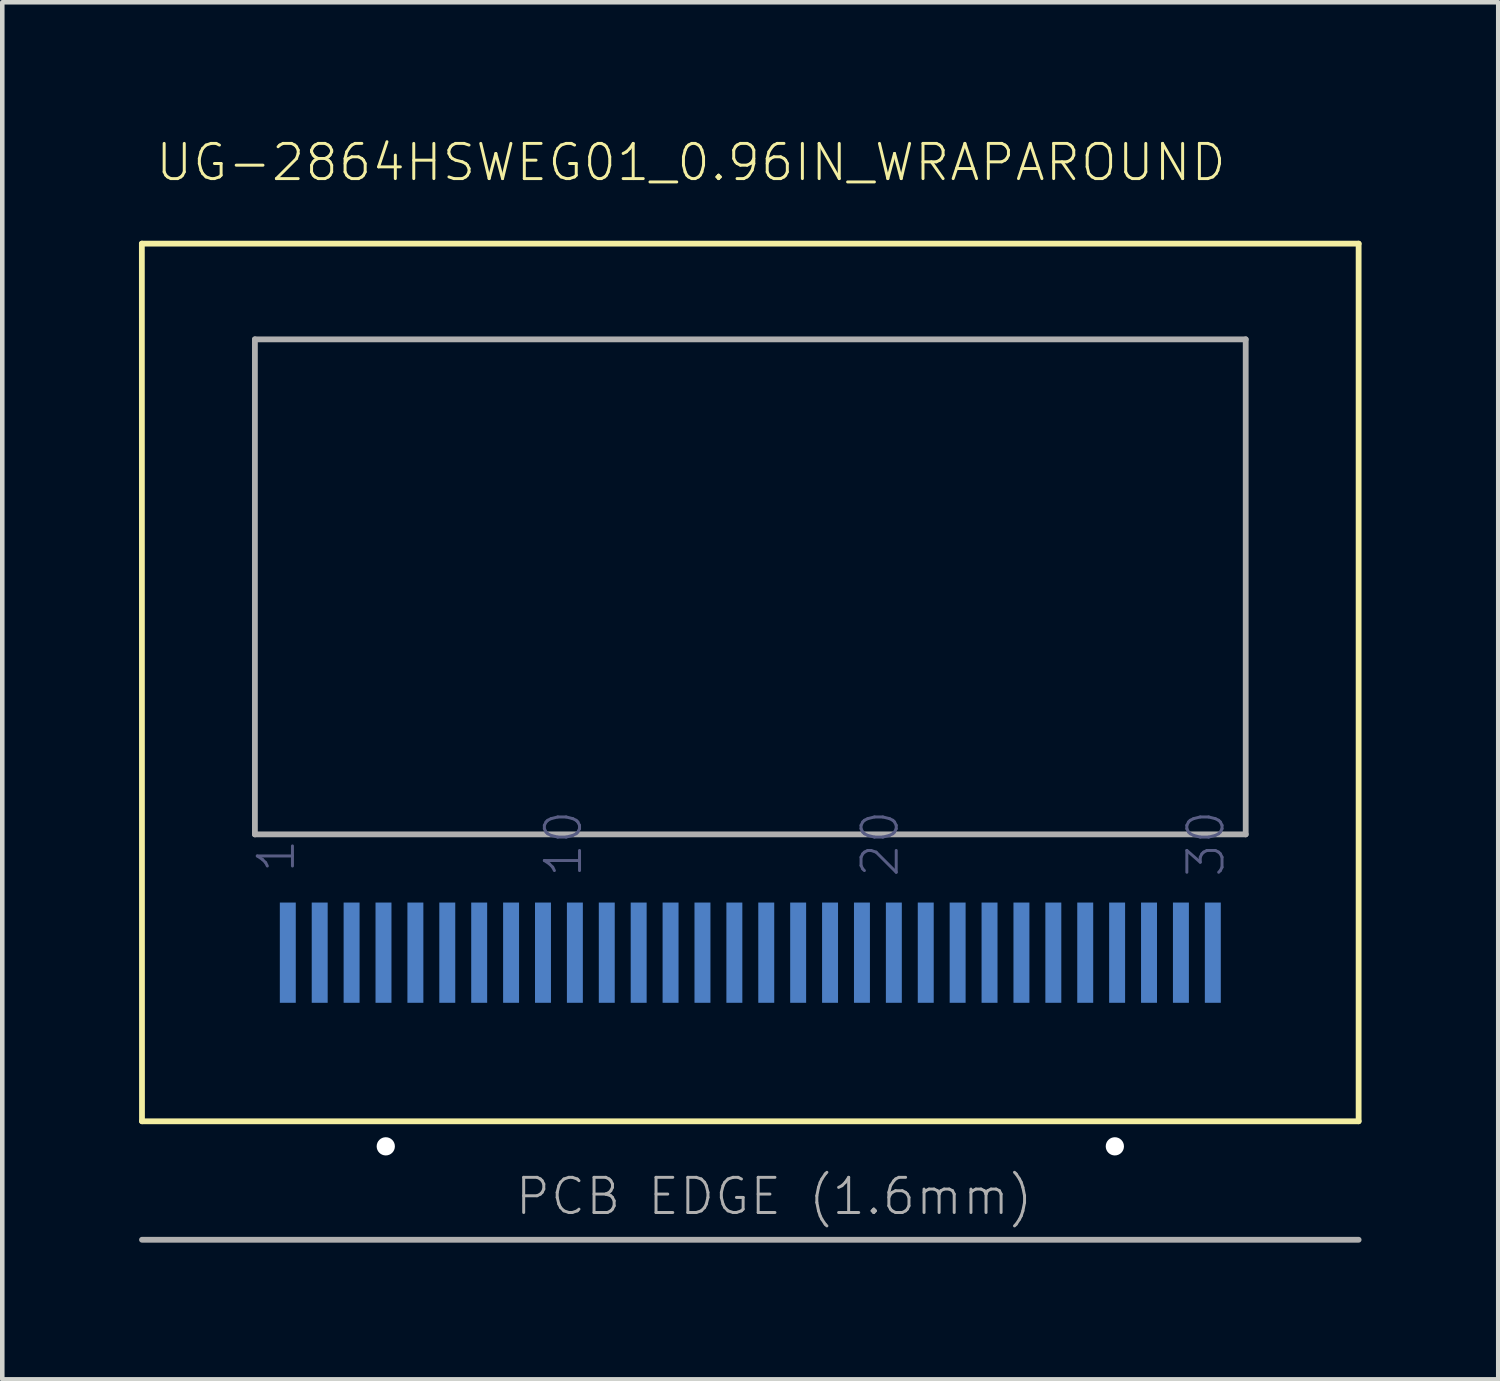
<source format=kicad_pcb>
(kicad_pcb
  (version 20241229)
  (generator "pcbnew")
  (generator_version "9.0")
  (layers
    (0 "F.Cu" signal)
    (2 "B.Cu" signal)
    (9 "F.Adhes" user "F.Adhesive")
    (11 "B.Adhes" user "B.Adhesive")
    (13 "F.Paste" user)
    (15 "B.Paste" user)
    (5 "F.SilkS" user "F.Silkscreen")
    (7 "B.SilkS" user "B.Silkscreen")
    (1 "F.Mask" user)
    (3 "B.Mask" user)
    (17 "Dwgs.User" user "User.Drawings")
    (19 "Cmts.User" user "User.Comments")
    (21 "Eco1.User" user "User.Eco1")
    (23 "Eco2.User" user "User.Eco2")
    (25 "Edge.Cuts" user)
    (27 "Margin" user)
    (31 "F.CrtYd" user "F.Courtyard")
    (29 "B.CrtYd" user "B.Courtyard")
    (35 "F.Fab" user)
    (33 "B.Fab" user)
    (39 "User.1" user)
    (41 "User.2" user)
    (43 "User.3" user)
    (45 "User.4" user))
  (footprint "UG-2864HSWEG01_0.96IN_WRAPAROUND"
    (layer "F.Cu")
    (at 13.416 16.657)
    (property "Reference" "UG-2864HSWEG01_0.96IN_WRAPAROUND" (at -13.09 -15.69 0) (layer "F.SilkS") (effects (font (size 0.772 0.772) (thickness 0.065)) (justify left bottom)))
    (attr through_hole)
    (fp_line (start -13.353 -14.36) (end 13.35 -14.36) (stroke (width 0.127) (type solid)) (layer "F.SilkS"))
    (fp_line (start -13.35 4.9) (end -13.353 -14.36) (stroke (width 0.127) (type solid)) (layer "F.SilkS"))
    (fp_line (start 13.35 -14.36) (end 13.35 4.9) (stroke (width 0.127) (type solid)) (layer "F.SilkS"))
    (fp_line (start 13.35 4.9) (end -13.35 4.9) (stroke (width 0.127) (type solid)) (layer "F.SilkS"))
    (fp_line (start -10.872 -12.26) (end 10.872 -12.26) (stroke (width 0.127) (type solid)) (layer "F.Fab"))
    (fp_line (start -10.872 -1.396) (end -10.872 -12.26) (stroke (width 0.127) (type solid)) (layer "F.Fab"))
    (fp_line (start 10.872 -12.26) (end 10.872 -1.396) (stroke (width 0.127) (type solid)) (layer "F.Fab"))
    (fp_line (start 10.872 -1.396) (end -10.872 -1.396) (stroke (width 0.127) (type solid)) (layer "F.Fab"))
    (fp_line (start 13.35 7.5) (end -13.35 7.5) (stroke (width 0.127) (type solid)) (layer "F.Fab"))
    (fp_text user "20" (at 3.3 -0.412 90) (layer "B.Fab") (effects (font (size 0.772 0.772) (thickness 0.065)) (justify left bottom)))
    (fp_text user "30" (at 10.45 -0.412 90) (layer "B.Fab") (effects (font (size 0.772 0.772) (thickness 0.065)) (justify left bottom)))
    (fp_text user "10" (at -3.65 -0.412 90) (layer "B.Fab") (effects (font (size 0.772 0.772) (thickness 0.065)) (justify left bottom)))
    (fp_text user "1" (at -9.95 -0.512 90) (layer "B.Fab") (effects (font (size 0.772 0.772) (thickness 0.065)) (justify left bottom)))
    (fp_text user "PCB EDGE (1.6mm)" (at -5.2 7 0) (layer "F.Fab") (effects (font (size 0.772 0.772) (thickness 0.065)) (justify left bottom)))
    (pad "" np_thru_hole circle (at -8 5.45) (size 0.4 0.4) (drill 0.4) (layers "*.Cu" "*.Mask"))
    (pad "" np_thru_hole circle (at 8 5.45) (size 0.4 0.4) (drill 0.4) (layers "*.Cu" "*.Mask"))
    (pad "1" smd rect (at -10.15 1.2 90) (size 2.2 0.35) (layers "B.Cu" "B.Mask" "B.Paste"))
    (pad "2" smd rect (at -9.45 1.2 90) (size 2.2 0.35) (layers "B.Cu" "B.Mask" "B.Paste"))
    (pad "3" smd rect (at -8.75 1.2 90) (size 2.2 0.35) (layers "B.Cu" "B.Mask" "B.Paste"))
    (pad "4" smd rect (at -8.05 1.2 90) (size 2.2 0.35) (layers "B.Cu" "B.Mask" "B.Paste"))
    (pad "5" smd rect (at -7.35 1.2 90) (size 2.2 0.35) (layers "B.Cu" "B.Mask" "B.Paste"))
    (pad "6" smd rect (at -6.65 1.2 90) (size 2.2 0.35) (layers "B.Cu" "B.Mask" "B.Paste"))
    (pad "7" smd rect (at -5.95 1.2 90) (size 2.2 0.35) (layers "B.Cu" "B.Mask" "B.Paste"))
    (pad "8" smd rect (at -5.25 1.2 90) (size 2.2 0.35) (layers "B.Cu" "B.Mask" "B.Paste"))
    (pad "9" smd rect (at -4.55 1.2 90) (size 2.2 0.35) (layers "B.Cu" "B.Mask" "B.Paste"))
    (pad "10" smd rect (at -3.85 1.2 90) (size 2.2 0.35) (layers "B.Cu" "B.Mask" "B.Paste"))
    (pad "11" smd rect (at -3.15 1.2 90) (size 2.2 0.35) (layers "B.Cu" "B.Mask" "B.Paste"))
    (pad "12" smd rect (at -2.45 1.2 90) (size 2.2 0.35) (layers "B.Cu" "B.Mask" "B.Paste"))
    (pad "13" smd rect (at -1.75 1.2 90) (size 2.2 0.35) (layers "B.Cu" "B.Mask" "B.Paste"))
    (pad "14" smd rect (at -1.05 1.2 90) (size 2.2 0.35) (layers "B.Cu" "B.Mask" "B.Paste"))
    (pad "15" smd rect (at -0.35 1.2 90) (size 2.2 0.35) (layers "B.Cu" "B.Mask" "B.Paste"))
    (pad "16" smd rect (at 0.35 1.2 90) (size 2.2 0.35) (layers "B.Cu" "B.Mask" "B.Paste"))
    (pad "17" smd rect (at 1.05 1.2 90) (size 2.2 0.35) (layers "B.Cu" "B.Mask" "B.Paste"))
    (pad "18" smd rect (at 1.75 1.2 90) (size 2.2 0.35) (layers "B.Cu" "B.Mask" "B.Paste"))
    (pad "19" smd rect (at 2.45 1.2 90) (size 2.2 0.35) (layers "B.Cu" "B.Mask" "B.Paste"))
    (pad "20" smd rect (at 3.15 1.2 90) (size 2.2 0.35) (layers "B.Cu" "B.Mask" "B.Paste"))
    (pad "21" smd rect (at 3.85 1.2 90) (size 2.2 0.35) (layers "B.Cu" "B.Mask" "B.Paste"))
    (pad "22" smd rect (at 4.55 1.2 90) (size 2.2 0.35) (layers "B.Cu" "B.Mask" "B.Paste"))
    (pad "23" smd rect (at 5.25 1.2 90) (size 2.2 0.35) (layers "B.Cu" "B.Mask" "B.Paste"))
    (pad "24" smd rect (at 5.95 1.2 90) (size 2.2 0.35) (layers "B.Cu" "B.Mask" "B.Paste"))
    (pad "25" smd rect (at 6.65 1.2 90) (size 2.2 0.35) (layers "B.Cu" "B.Mask" "B.Paste"))
    (pad "26" smd rect (at 7.35 1.2 90) (size 2.2 0.35) (layers "B.Cu" "B.Mask" "B.Paste"))
    (pad "27" smd rect (at 8.05 1.2 90) (size 2.2 0.35) (layers "B.Cu" "B.Mask" "B.Paste"))
    (pad "28" smd rect (at 8.75 1.2 90) (size 2.2 0.35) (layers "B.Cu" "B.Mask" "B.Paste"))
    (pad "29" smd rect (at 9.45 1.2 90) (size 2.2 0.35) (layers "B.Cu" "B.Mask" "B.Paste"))
    (pad "30" smd rect (at 10.15 1.2 90) (size 2.2 0.35) (layers "B.Cu" "B.Mask" "B.Paste")))
  (gr_rect
    (start -3 -3)
    (end 29.83 27.221)
    (stroke (width 0.1) (type default))
    (fill no)
    (layer "Edge.Cuts")))
</source>
